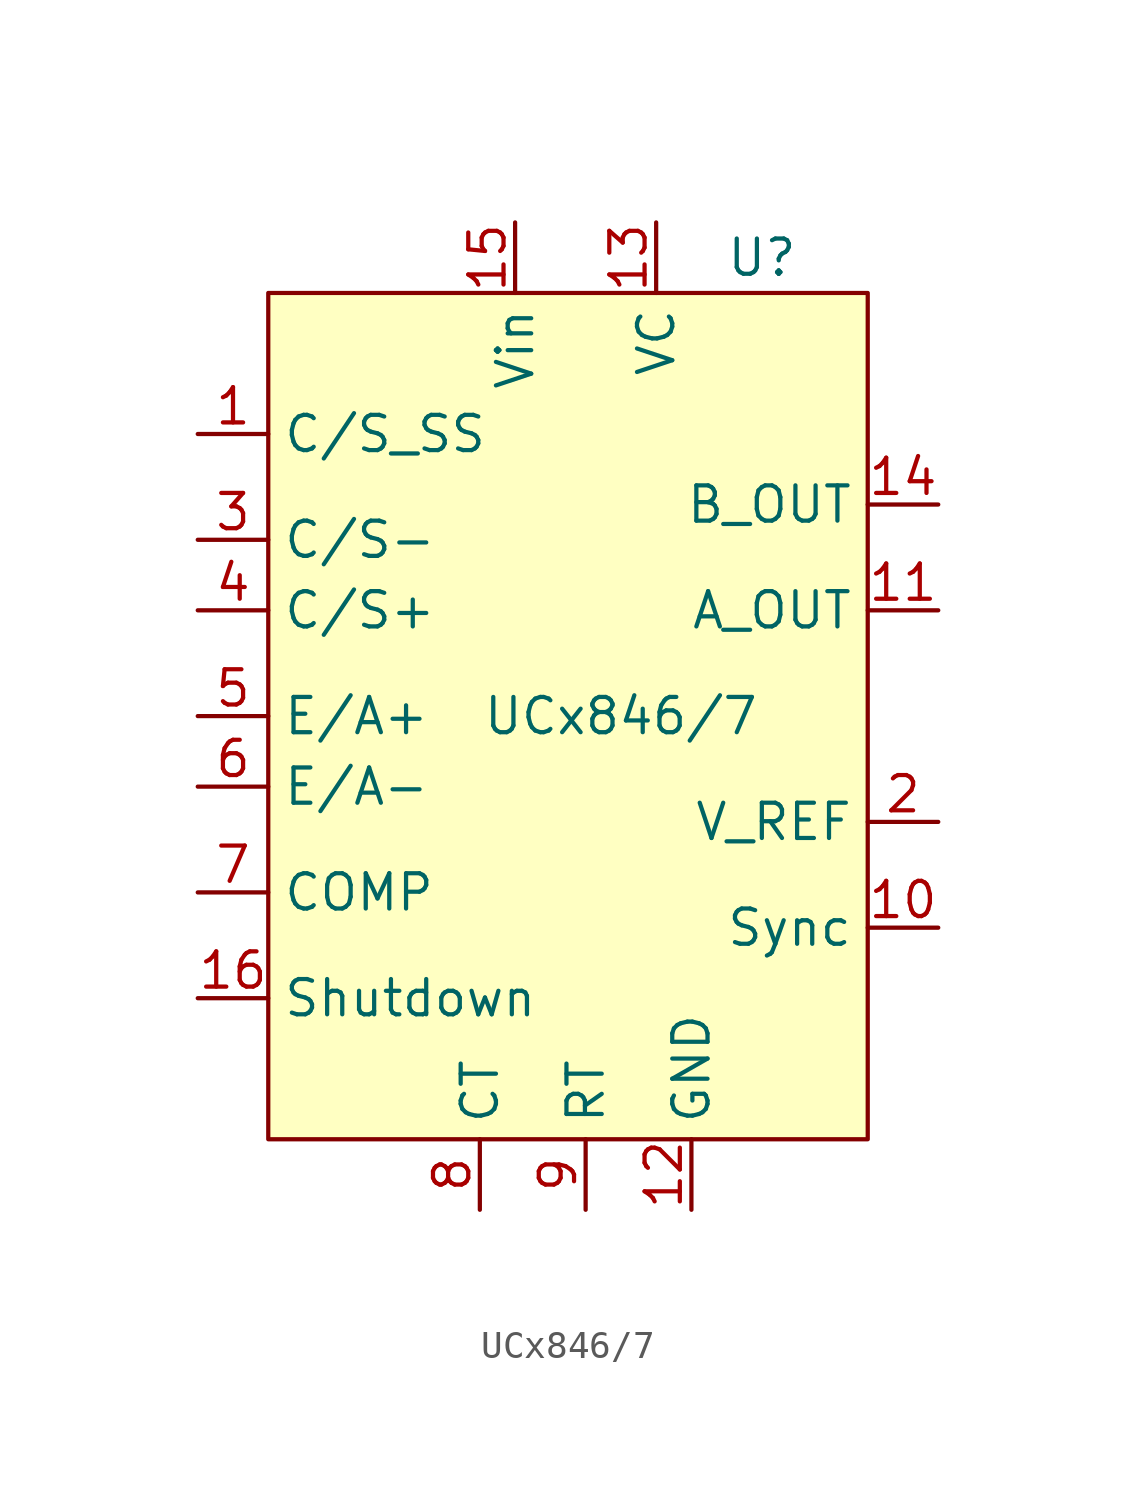
<source format=kicad_sym>
(kicad_symbol_lib
  (version 20231120)
  (generator "kicad_symbol_editor")
  (generator_version "8.0")
  (symbol "UCx846/7"
    (property "Reference" "U"
      (at 6.35 13.97 0)
      (effects (font (size 1.27 1.27))))
    (property "Value" "UCx846{slash}7"
      (at 1.27 -2.54 0)
      (effects (font (size 1.27 1.27))))
    (symbol "UCx846/7_0_1"
      (rectangle (start -11.43 12.7) (end 10.16 -17.78) (stroke (width 0) (type default)) (fill (type background))))
    (symbol "UCx846/7_1_1"
      (pin input line (at -13.97 7.62 0) (length 2.54) (name "C/S_SS" (effects (font (size 1.27 1.27)))) (number "1" (effects (font (size 1.27 1.27)))))
      (pin input line (at 12.7 -10.16 180) (length 2.54) (name "Sync" (effects (font (size 1.27 1.27)))) (number "10" (effects (font (size 1.27 1.27)))))
      (pin input line (at 12.7 1.27 180) (length 2.54) (name "A_OUT" (effects (font (size 1.27 1.27)))) (number "11" (effects (font (size 1.27 1.27)))))
      (pin input line (at 3.81 -20.32 90) (length 2.54) (name "GND" (effects (font (size 1.27 1.27)))) (number "12" (effects (font (size 1.27 1.27)))))
      (pin input line (at 2.54 15.24 270) (length 2.54) (name "VC" (effects (font (size 1.27 1.27)))) (number "13" (effects (font (size 1.27 1.27)))))
      (pin input line (at 12.7 5.08 180) (length 2.54) (name "B_OUT" (effects (font (size 1.27 1.27)))) (number "14" (effects (font (size 1.27 1.27)))))
      (pin input line (at -2.54 15.24 270) (length 2.54) (name "Vin" (effects (font (size 1.27 1.27)))) (number "15" (effects (font (size 1.27 1.27)))))
      (pin input line (at -13.97 -12.7 0) (length 2.54) (name "Shutdown" (effects (font (size 1.27 1.27)))) (number "16" (effects (font (size 1.27 1.27)))))
      (pin input line (at 12.7 -6.35 180) (length 2.54) (name "V_REF" (effects (font (size 1.27 1.27)))) (number "2" (effects (font (size 1.27 1.27)))))
      (pin input line (at -13.97 3.81 0) (length 2.54) (name "C/S-" (effects (font (size 1.27 1.27)))) (number "3" (effects (font (size 1.27 1.27)))))
      (pin input line (at -13.97 1.27 0) (length 2.54) (name "C/S+" (effects (font (size 1.27 1.27)))) (number "4" (effects (font (size 1.27 1.27)))))
      (pin input line (at -13.97 -2.54 0) (length 2.54) (name "E/A+" (effects (font (size 1.27 1.27)))) (number "5" (effects (font (size 1.27 1.27)))))
      (pin input line (at -13.97 -5.08 0) (length 2.54) (name "E/A-" (effects (font (size 1.27 1.27)))) (number "6" (effects (font (size 1.27 1.27)))))
      (pin input line (at -13.97 -8.89 0) (length 2.54) (name "COMP" (effects (font (size 1.27 1.27)))) (number "7" (effects (font (size 1.27 1.27)))))
      (pin input line (at -3.81 -20.32 90) (length 2.54) (name "CT" (effects (font (size 1.27 1.27)))) (number "8" (effects (font (size 1.27 1.27)))))
      (pin input line (at 0 -20.32 90) (length 2.54) (name "RT" (effects (font (size 1.27 1.27)))) (number "9" (effects (font (size 1.27 1.27))))))))
</source>
